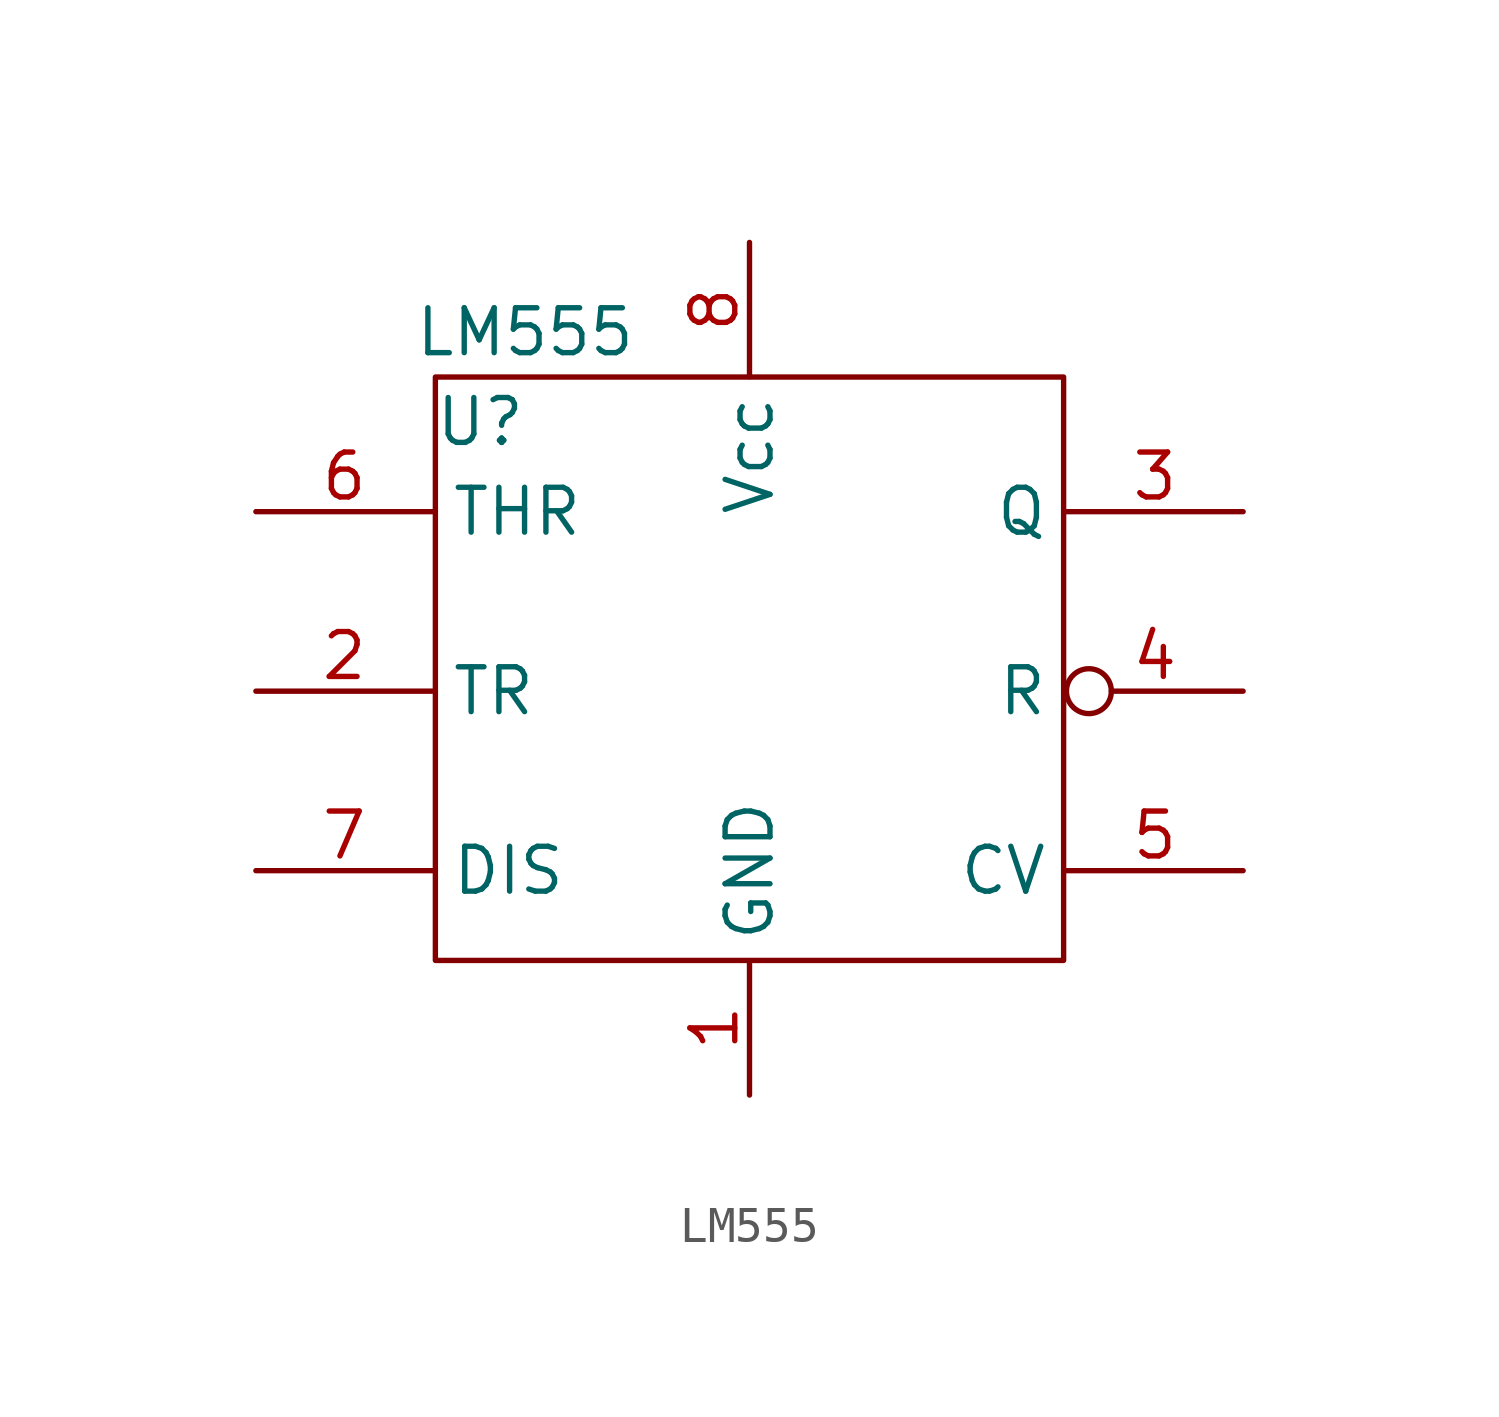
<source format=kicad_sym>
(kicad_symbol_lib
  (version 20231120)
  (generator "kicad_symbol_editor")
  (generator_version "8.0")
  (symbol "LM555"
    (property "Reference" "U"
      (at -3.81 1.27 0)
      (effects (font (size 1.27 1.27))))
    (property "Value" "LM555"
      (at -2.54 3.81 0)
      (effects (font (size 1.27 1.27))))
    (symbol "LM555_0_1"
      (rectangle (start -5.08 2.54) (end 12.7 -13.97) (stroke (width 0) (type default)) (fill (type none))))
    (symbol "LM555_1_1"
      (pin input line (at 3.81 -17.78 90) (length 3.8) (name "GND" (effects (font (size 1.27 1.27)))) (number "1" (effects (font (size 1.27 1.27)))))
      (pin input line (at -10.16 -6.35 0) (length 5) (name "TR" (effects (font (size 1.27 1.27)))) (number "2" (effects (font (size 1.27 1.27)))))
      (pin output line (at 17.78 -1.27 180) (length 5) (name "Q" (effects (font (size 1.27 1.27)))) (number "3" (effects (font (size 1.27 1.27)))))
      (pin input inverted (at 17.78 -6.35 180) (length 5) (name "R" (effects (font (size 1.27 1.27)))) (number "4" (effects (font (size 1.27 1.27)))))
      (pin input line (at 17.78 -11.43 180) (length 5) (name "CV" (effects (font (size 1.27 1.27)))) (number "5" (effects (font (size 1.27 1.27)))))
      (pin input line (at -10.16 -1.27 0) (length 5) (name "THR" (effects (font (size 1.27 1.27)))) (number "6" (effects (font (size 1.27 1.27)))))
      (pin input line (at -10.16 -11.43 0) (length 5) (name "DIS" (effects (font (size 1.27 1.27)))) (number "7" (effects (font (size 1.27 1.27)))))
      (pin input line (at 3.81 6.35 270) (length 3.8) (name "Vcc" (effects (font (size 1.27 1.27)))) (number "8" (effects (font (size 1.27 1.27))))))))
</source>
